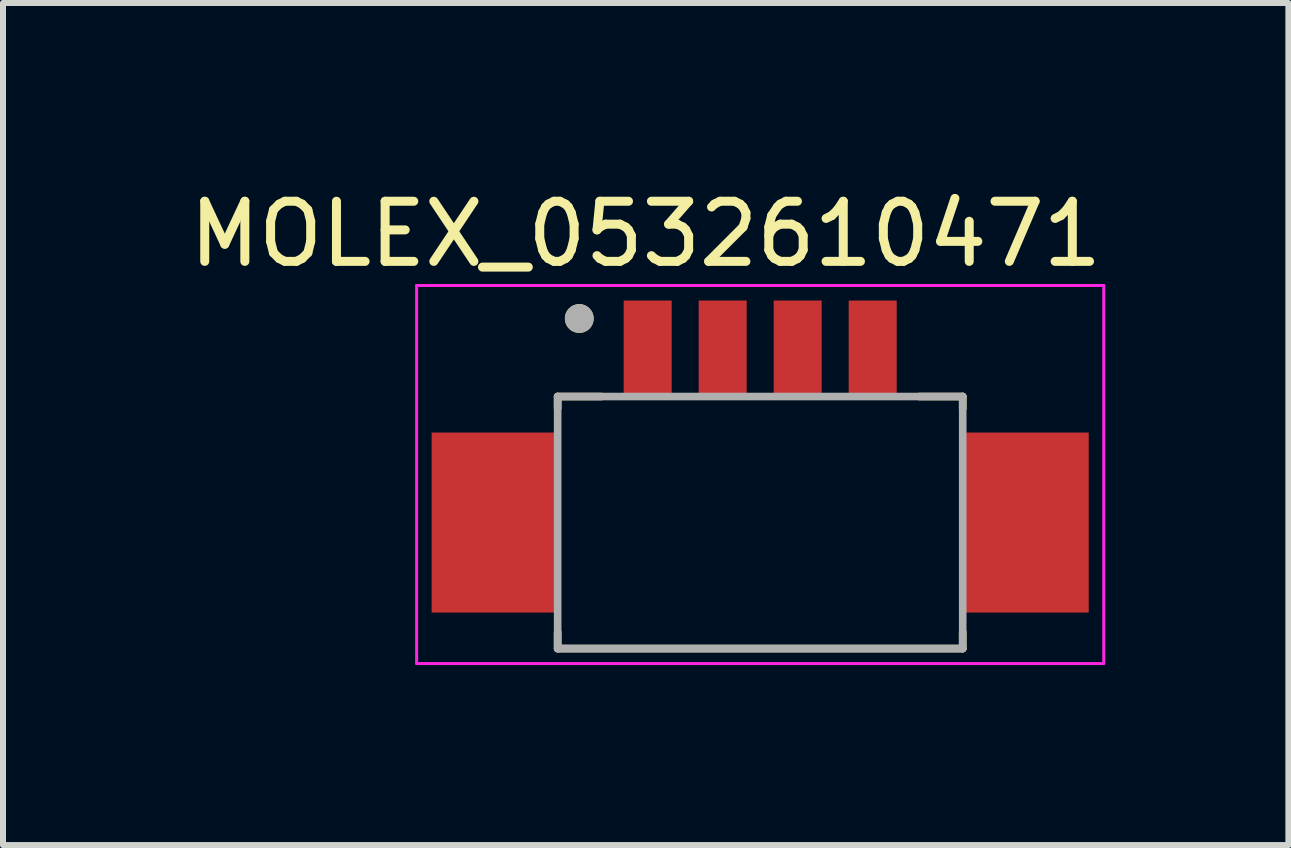
<source format=kicad_pcb>
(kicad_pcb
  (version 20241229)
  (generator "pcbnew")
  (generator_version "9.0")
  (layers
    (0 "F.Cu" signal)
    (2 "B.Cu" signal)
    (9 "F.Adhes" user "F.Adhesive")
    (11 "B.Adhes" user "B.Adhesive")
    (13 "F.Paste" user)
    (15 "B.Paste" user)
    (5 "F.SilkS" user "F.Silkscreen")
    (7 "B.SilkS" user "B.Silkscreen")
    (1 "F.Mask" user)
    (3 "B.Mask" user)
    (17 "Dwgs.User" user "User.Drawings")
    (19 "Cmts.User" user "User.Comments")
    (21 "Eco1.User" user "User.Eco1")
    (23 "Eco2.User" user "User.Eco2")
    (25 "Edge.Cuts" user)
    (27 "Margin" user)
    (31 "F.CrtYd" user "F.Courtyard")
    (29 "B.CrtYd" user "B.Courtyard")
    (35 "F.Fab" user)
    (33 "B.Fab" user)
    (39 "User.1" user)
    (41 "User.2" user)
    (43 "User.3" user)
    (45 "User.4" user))
  (footprint "MOLEX_0532610471"
    (layer "F.Cu")
    (at 9.618 2.758)
    (property "Reference" "MOLEX_0532610471" (at -1.908 -1.908 0) (layer "F.SilkS") (effects (font (size 1.002 1.002) (thickness 0.15))))
    (attr smd)
    (fp_line (start -3.375 0.8) (end -3.375 1) (stroke (width 0.127) (type solid)) (layer "F.SilkS"))
    (fp_line (start -3.375 5) (end -3.375 4.725) (stroke (width 0.127) (type solid)) (layer "F.SilkS"))
    (fp_line (start -3.375 5) (end 3.375 5) (stroke (width 0.127) (type solid)) (layer "F.SilkS"))
    (fp_line (start -2.65 0.8) (end -3.375 0.8) (stroke (width 0.127) (type solid)) (layer "F.SilkS"))
    (fp_line (start 2.65 0.8) (end 3.375 0.8) (stroke (width 0.127) (type solid)) (layer "F.SilkS"))
    (fp_line (start 3.375 0.8) (end 3.375 1) (stroke (width 0.127) (type solid)) (layer "F.SilkS"))
    (fp_line (start 3.375 5) (end 3.375 4.725) (stroke (width 0.127) (type solid)) (layer "F.SilkS"))
    (fp_circle (center -3.015 -0.5) (end -2.895 -0.5) (stroke (width 0.24) (type solid)) (fill no) (layer "F.SilkS"))
    (fp_line (start -5.725 -1.05) (end 5.725 -1.05) (stroke (width 0.05) (type solid)) (layer "F.CrtYd"))
    (fp_line (start -5.725 5.25) (end -5.725 -1.05) (stroke (width 0.05) (type solid)) (layer "F.CrtYd"))
    (fp_line (start 5.725 -1.05) (end 5.725 5.25) (stroke (width 0.05) (type solid)) (layer "F.CrtYd"))
    (fp_line (start 5.725 5.25) (end -5.725 5.25) (stroke (width 0.05) (type solid)) (layer "F.CrtYd"))
    (fp_line (start -3.375 0.8) (end 3.375 0.8) (stroke (width 0.127) (type solid)) (layer "F.Fab"))
    (fp_line (start -3.375 5) (end -3.375 0.8) (stroke (width 0.127) (type solid)) (layer "F.Fab"))
    (fp_line (start -3.375 5) (end 3.375 5) (stroke (width 0.127) (type solid)) (layer "F.Fab"))
    (fp_line (start 3.375 0.8) (end 3.375 5) (stroke (width 0.127) (type solid)) (layer "F.Fab"))
    (fp_circle (center -3.015 -0.5) (end -2.895 -0.5) (stroke (width 0.24) (type solid)) (fill no) (layer "F.Fab"))
    (pad "1" smd rect (at -1.875 0) (size 0.8 1.6) (layers "F.Cu" "F.Mask" "F.Paste"))
    (pad "2" smd rect (at -0.625 0) (size 0.8 1.6) (layers "F.Cu" "F.Mask" "F.Paste"))
    (pad "3" smd rect (at 0.625 0) (size 0.8 1.6) (layers "F.Cu" "F.Mask" "F.Paste"))
    (pad "4" smd rect (at 1.875 0) (size 0.8 1.6) (layers "F.Cu" "F.Mask" "F.Paste"))
    (pad "S1" smd rect (at -4.425 2.9) (size 2.1 3) (layers "F.Cu" "F.Mask" "F.Paste"))
    (pad "S2" smd rect (at 4.425 2.9) (size 2.1 3) (layers "F.Cu" "F.Mask" "F.Paste")))
  (gr_rect
    (start -3 -3)
    (end 18.42 11.033)
    (stroke (width 0.1) (type default))
    (fill no)
    (layer "Edge.Cuts")))
</source>
